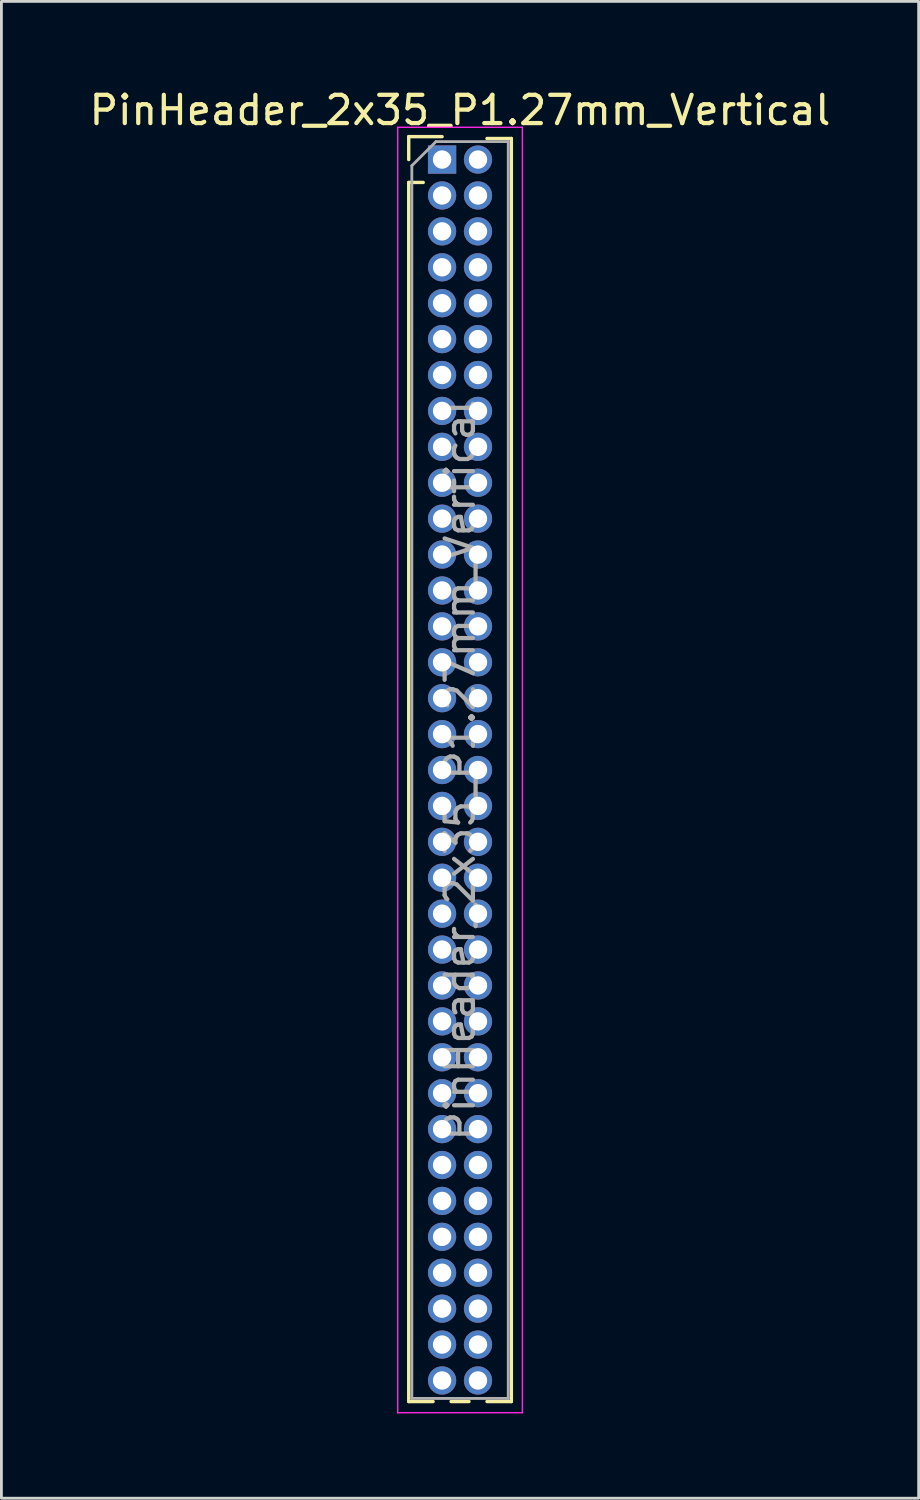
<source format=kicad_pcb>
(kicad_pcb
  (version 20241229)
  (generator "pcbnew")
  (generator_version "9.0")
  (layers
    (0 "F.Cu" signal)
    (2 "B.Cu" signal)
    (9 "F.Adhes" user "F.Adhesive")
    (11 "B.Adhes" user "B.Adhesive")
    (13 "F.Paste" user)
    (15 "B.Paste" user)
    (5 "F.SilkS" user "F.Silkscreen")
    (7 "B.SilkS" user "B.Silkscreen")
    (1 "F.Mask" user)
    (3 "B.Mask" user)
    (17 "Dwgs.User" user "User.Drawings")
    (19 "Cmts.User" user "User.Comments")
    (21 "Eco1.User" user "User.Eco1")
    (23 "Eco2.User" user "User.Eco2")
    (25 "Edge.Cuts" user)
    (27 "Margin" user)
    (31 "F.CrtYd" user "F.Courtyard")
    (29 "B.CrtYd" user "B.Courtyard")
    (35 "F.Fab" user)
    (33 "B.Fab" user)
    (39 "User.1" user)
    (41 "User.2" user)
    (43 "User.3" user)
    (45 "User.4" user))
  (footprint "PinHeader_2x35_P1.27mm_Vertical"
    (layer "F.Cu")
    (at 12.585 2.593)
    (property "Reference" "PinHeader_2x35_P1.27mm_Vertical" (at 0.635 -1.745 0) (layer "F.SilkS") (effects (font (size 1 1) (thickness 0.15))))
    (attr through_hole)
    (fp_line (start -1.18 -0.81) (end 0 -0.81) (stroke (width 0.12) (type solid)) (layer "F.SilkS"))
    (fp_line (start -1.18 0) (end -1.18 -0.81) (stroke (width 0.12) (type solid)) (layer "F.SilkS"))
    (fp_line (start -1.18 0.81) (end -1.18 43.925) (stroke (width 0.12) (type solid)) (layer "F.SilkS"))
    (fp_line (start -1.18 0.81) (end -0.667 0.81) (stroke (width 0.12) (type solid)) (layer "F.SilkS"))
    (fp_line (start -1.18 43.925) (end -0.318 43.925) (stroke (width 0.12) (type solid)) (layer "F.SilkS"))
    (fp_line (start 0.318 43.925) (end 0.952 43.925) (stroke (width 0.12) (type solid)) (layer "F.SilkS"))
    (fp_line (start 1.588 -0.745) (end 2.45 -0.745) (stroke (width 0.12) (type solid)) (layer "F.SilkS"))
    (fp_line (start 1.588 43.925) (end 2.45 43.925) (stroke (width 0.12) (type solid)) (layer "F.SilkS"))
    (fp_line (start 2.45 -0.745) (end 2.45 43.925) (stroke (width 0.12) (type solid)) (layer "F.SilkS"))
    (fp_line (start -1.57 -1.14) (end -1.57 44.32) (stroke (width 0.05) (type solid)) (layer "F.CrtYd"))
    (fp_line (start -1.57 44.32) (end 2.84 44.32) (stroke (width 0.05) (type solid)) (layer "F.CrtYd"))
    (fp_line (start 2.84 -1.14) (end -1.57 -1.14) (stroke (width 0.05) (type solid)) (layer "F.CrtYd"))
    (fp_line (start 2.84 44.32) (end 2.84 -1.14) (stroke (width 0.05) (type solid)) (layer "F.CrtYd"))
    (fp_line (start -1.07 0.217) (end -0.217 -0.635) (stroke (width 0.1) (type solid)) (layer "F.Fab"))
    (fp_line (start -1.07 43.815) (end -1.07 0.217) (stroke (width 0.1) (type solid)) (layer "F.Fab"))
    (fp_line (start -0.217 -0.635) (end 2.34 -0.635) (stroke (width 0.1) (type solid)) (layer "F.Fab"))
    (fp_line (start 2.34 -0.635) (end 2.34 43.815) (stroke (width 0.1) (type solid)) (layer "F.Fab"))
    (fp_line (start 2.34 43.815) (end -1.07 43.815) (stroke (width 0.1) (type solid)) (layer "F.Fab"))
    (fp_text user "${REFERENCE}" (at 0.635 21.59 90) (layer "F.Fab") (effects (font (size 1 1) (thickness 0.15))))
    (pad "1" thru_hole rect (at 0 0) (size 1 1) (drill 0.65) (layers "*.Cu" "*.Mask"))
    (pad "2" thru_hole circle (at 1.27 0) (size 1 1) (drill 0.65) (layers "*.Cu" "*.Mask"))
    (pad "3" thru_hole circle (at 0 1.27) (size 1 1) (drill 0.65) (layers "*.Cu" "*.Mask"))
    (pad "4" thru_hole circle (at 1.27 1.27) (size 1 1) (drill 0.65) (layers "*.Cu" "*.Mask"))
    (pad "5" thru_hole circle (at 0 2.54) (size 1 1) (drill 0.65) (layers "*.Cu" "*.Mask"))
    (pad "6" thru_hole circle (at 1.27 2.54) (size 1 1) (drill 0.65) (layers "*.Cu" "*.Mask"))
    (pad "7" thru_hole circle (at 0 3.81) (size 1 1) (drill 0.65) (layers "*.Cu" "*.Mask"))
    (pad "8" thru_hole circle (at 1.27 3.81) (size 1 1) (drill 0.65) (layers "*.Cu" "*.Mask"))
    (pad "9" thru_hole circle (at 0 5.08) (size 1 1) (drill 0.65) (layers "*.Cu" "*.Mask"))
    (pad "10" thru_hole circle (at 1.27 5.08) (size 1 1) (drill 0.65) (layers "*.Cu" "*.Mask"))
    (pad "11" thru_hole circle (at 0 6.35) (size 1 1) (drill 0.65) (layers "*.Cu" "*.Mask"))
    (pad "12" thru_hole circle (at 1.27 6.35) (size 1 1) (drill 0.65) (layers "*.Cu" "*.Mask"))
    (pad "13" thru_hole circle (at 0 7.62) (size 1 1) (drill 0.65) (layers "*.Cu" "*.Mask"))
    (pad "14" thru_hole circle (at 1.27 7.62) (size 1 1) (drill 0.65) (layers "*.Cu" "*.Mask"))
    (pad "15" thru_hole circle (at 0 8.89) (size 1 1) (drill 0.65) (layers "*.Cu" "*.Mask"))
    (pad "16" thru_hole circle (at 1.27 8.89) (size 1 1) (drill 0.65) (layers "*.Cu" "*.Mask"))
    (pad "17" thru_hole circle (at 0 10.16) (size 1 1) (drill 0.65) (layers "*.Cu" "*.Mask"))
    (pad "18" thru_hole circle (at 1.27 10.16) (size 1 1) (drill 0.65) (layers "*.Cu" "*.Mask"))
    (pad "19" thru_hole circle (at 0 11.43) (size 1 1) (drill 0.65) (layers "*.Cu" "*.Mask"))
    (pad "20" thru_hole circle (at 1.27 11.43) (size 1 1) (drill 0.65) (layers "*.Cu" "*.Mask"))
    (pad "21" thru_hole circle (at 0 12.7) (size 1 1) (drill 0.65) (layers "*.Cu" "*.Mask"))
    (pad "22" thru_hole circle (at 1.27 12.7) (size 1 1) (drill 0.65) (layers "*.Cu" "*.Mask"))
    (pad "23" thru_hole circle (at 0 13.97) (size 1 1) (drill 0.65) (layers "*.Cu" "*.Mask"))
    (pad "24" thru_hole circle (at 1.27 13.97) (size 1 1) (drill 0.65) (layers "*.Cu" "*.Mask"))
    (pad "25" thru_hole circle (at 0 15.24) (size 1 1) (drill 0.65) (layers "*.Cu" "*.Mask"))
    (pad "26" thru_hole circle (at 1.27 15.24) (size 1 1) (drill 0.65) (layers "*.Cu" "*.Mask"))
    (pad "27" thru_hole circle (at 0 16.51) (size 1 1) (drill 0.65) (layers "*.Cu" "*.Mask"))
    (pad "28" thru_hole circle (at 1.27 16.51) (size 1 1) (drill 0.65) (layers "*.Cu" "*.Mask"))
    (pad "29" thru_hole circle (at 0 17.78) (size 1 1) (drill 0.65) (layers "*.Cu" "*.Mask"))
    (pad "30" thru_hole circle (at 1.27 17.78) (size 1 1) (drill 0.65) (layers "*.Cu" "*.Mask"))
    (pad "31" thru_hole circle (at 0 19.05) (size 1 1) (drill 0.65) (layers "*.Cu" "*.Mask"))
    (pad "32" thru_hole circle (at 1.27 19.05) (size 1 1) (drill 0.65) (layers "*.Cu" "*.Mask"))
    (pad "33" thru_hole circle (at 0 20.32) (size 1 1) (drill 0.65) (layers "*.Cu" "*.Mask"))
    (pad "34" thru_hole circle (at 1.27 20.32) (size 1 1) (drill 0.65) (layers "*.Cu" "*.Mask"))
    (pad "35" thru_hole circle (at 0 21.59) (size 1 1) (drill 0.65) (layers "*.Cu" "*.Mask"))
    (pad "36" thru_hole circle (at 1.27 21.59) (size 1 1) (drill 0.65) (layers "*.Cu" "*.Mask"))
    (pad "37" thru_hole circle (at 0 22.86) (size 1 1) (drill 0.65) (layers "*.Cu" "*.Mask"))
    (pad "38" thru_hole circle (at 1.27 22.86) (size 1 1) (drill 0.65) (layers "*.Cu" "*.Mask"))
    (pad "39" thru_hole circle (at 0 24.13) (size 1 1) (drill 0.65) (layers "*.Cu" "*.Mask"))
    (pad "40" thru_hole circle (at 1.27 24.13) (size 1 1) (drill 0.65) (layers "*.Cu" "*.Mask"))
    (pad "41" thru_hole circle (at 0 25.4) (size 1 1) (drill 0.65) (layers "*.Cu" "*.Mask"))
    (pad "42" thru_hole circle (at 1.27 25.4) (size 1 1) (drill 0.65) (layers "*.Cu" "*.Mask"))
    (pad "43" thru_hole circle (at 0 26.67) (size 1 1) (drill 0.65) (layers "*.Cu" "*.Mask"))
    (pad "44" thru_hole circle (at 1.27 26.67) (size 1 1) (drill 0.65) (layers "*.Cu" "*.Mask"))
    (pad "45" thru_hole circle (at 0 27.94) (size 1 1) (drill 0.65) (layers "*.Cu" "*.Mask"))
    (pad "46" thru_hole circle (at 1.27 27.94) (size 1 1) (drill 0.65) (layers "*.Cu" "*.Mask"))
    (pad "47" thru_hole circle (at 0 29.21) (size 1 1) (drill 0.65) (layers "*.Cu" "*.Mask"))
    (pad "48" thru_hole circle (at 1.27 29.21) (size 1 1) (drill 0.65) (layers "*.Cu" "*.Mask"))
    (pad "49" thru_hole circle (at 0 30.48) (size 1 1) (drill 0.65) (layers "*.Cu" "*.Mask"))
    (pad "50" thru_hole circle (at 1.27 30.48) (size 1 1) (drill 0.65) (layers "*.Cu" "*.Mask"))
    (pad "51" thru_hole circle (at 0 31.75) (size 1 1) (drill 0.65) (layers "*.Cu" "*.Mask"))
    (pad "52" thru_hole circle (at 1.27 31.75) (size 1 1) (drill 0.65) (layers "*.Cu" "*.Mask"))
    (pad "53" thru_hole circle (at 0 33.02) (size 1 1) (drill 0.65) (layers "*.Cu" "*.Mask"))
    (pad "54" thru_hole circle (at 1.27 33.02) (size 1 1) (drill 0.65) (layers "*.Cu" "*.Mask"))
    (pad "55" thru_hole circle (at 0 34.29) (size 1 1) (drill 0.65) (layers "*.Cu" "*.Mask"))
    (pad "56" thru_hole circle (at 1.27 34.29) (size 1 1) (drill 0.65) (layers "*.Cu" "*.Mask"))
    (pad "57" thru_hole circle (at 0 35.56) (size 1 1) (drill 0.65) (layers "*.Cu" "*.Mask"))
    (pad "58" thru_hole circle (at 1.27 35.56) (size 1 1) (drill 0.65) (layers "*.Cu" "*.Mask"))
    (pad "59" thru_hole circle (at 0 36.83) (size 1 1) (drill 0.65) (layers "*.Cu" "*.Mask"))
    (pad "60" thru_hole circle (at 1.27 36.83) (size 1 1) (drill 0.65) (layers "*.Cu" "*.Mask"))
    (pad "61" thru_hole circle (at 0 38.1) (size 1 1) (drill 0.65) (layers "*.Cu" "*.Mask"))
    (pad "62" thru_hole circle (at 1.27 38.1) (size 1 1) (drill 0.65) (layers "*.Cu" "*.Mask"))
    (pad "63" thru_hole circle (at 0 39.37) (size 1 1) (drill 0.65) (layers "*.Cu" "*.Mask"))
    (pad "64" thru_hole circle (at 1.27 39.37) (size 1 1) (drill 0.65) (layers "*.Cu" "*.Mask"))
    (pad "65" thru_hole circle (at 0 40.64) (size 1 1) (drill 0.65) (layers "*.Cu" "*.Mask"))
    (pad "66" thru_hole circle (at 1.27 40.64) (size 1 1) (drill 0.65) (layers "*.Cu" "*.Mask"))
    (pad "67" thru_hole circle (at 0 41.91) (size 1 1) (drill 0.65) (layers "*.Cu" "*.Mask"))
    (pad "68" thru_hole circle (at 1.27 41.91) (size 1 1) (drill 0.65) (layers "*.Cu" "*.Mask"))
    (pad "69" thru_hole circle (at 0 43.18) (size 1 1) (drill 0.65) (layers "*.Cu" "*.Mask"))
    (pad "70" thru_hole circle (at 1.27 43.18) (size 1 1) (drill 0.65) (layers "*.Cu" "*.Mask")))
  (gr_rect
    (start -3 -3)
    (end 29.44 49.938)
    (stroke (width 0.1) (type default))
    (fill no)
    (layer "Edge.Cuts")))
</source>
